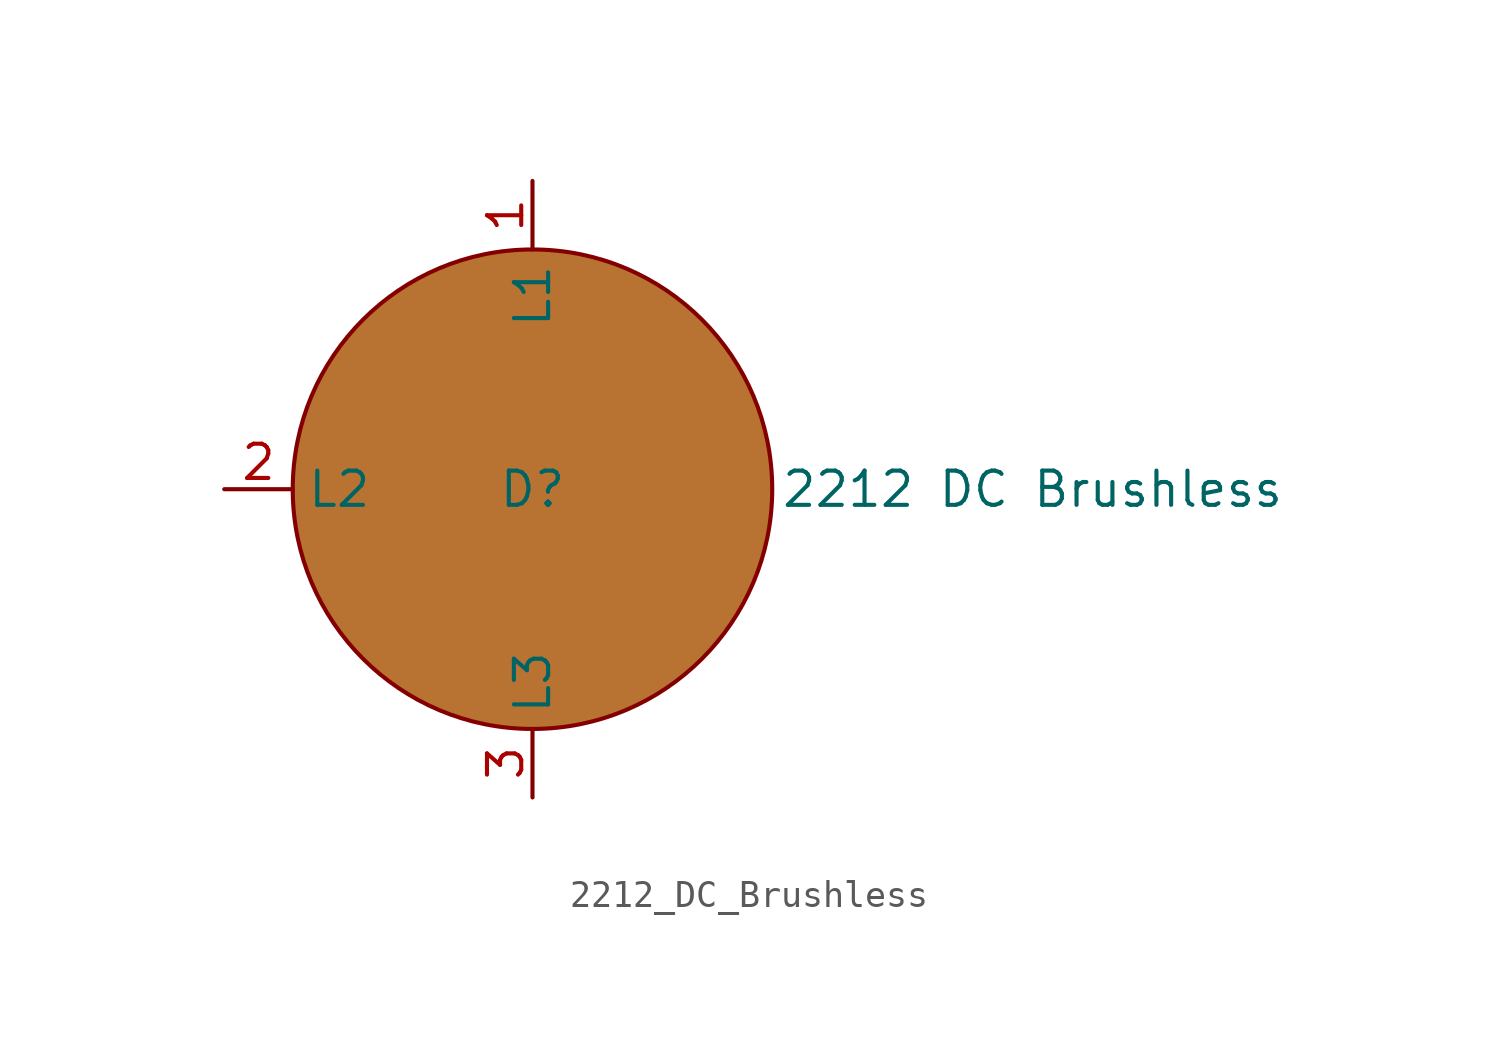
<source format=kicad_sym>
(kicad_symbol_lib
  (version 20241209)
  (generator "kicad_symbol_editor")
  (generator_version "9.0")
  (symbol "2212_DC_Brushless"
    (property "Reference" "D"
      (at 0 0 0)
      (effects (font (size 1.27 1.27))))
    (property "Value" "2212 DC Brushless"
      (at 18.542 0 0)
      (effects (font (size 1.27 1.27))))
    (symbol "2212_DC_Brushless_0_1"
      (circle (center 0 0) (radius 8.89) (stroke (width 0) (type default)) (fill (type color) (color 184 115 51 1))))
    (symbol "2212_DC_Brushless_1_1"
      (pin input line (at -11.43 0 0) (length 2.54) (name "L2" (effects (font (size 1.27 1.27)))) (number "2" (effects (font (size 1.27 1.27)))))
      (pin input line (at 0 11.43 270) (length 2.54) (name "L1" (effects (font (size 1.27 1.27)))) (number "1" (effects (font (size 1.27 1.27)))))
      (pin input line (at 0 -11.43 90) (length 2.54) (name "L3" (effects (font (size 1.27 1.27)))) (number "3" (effects (font (size 1.27 1.27))))))))
</source>
